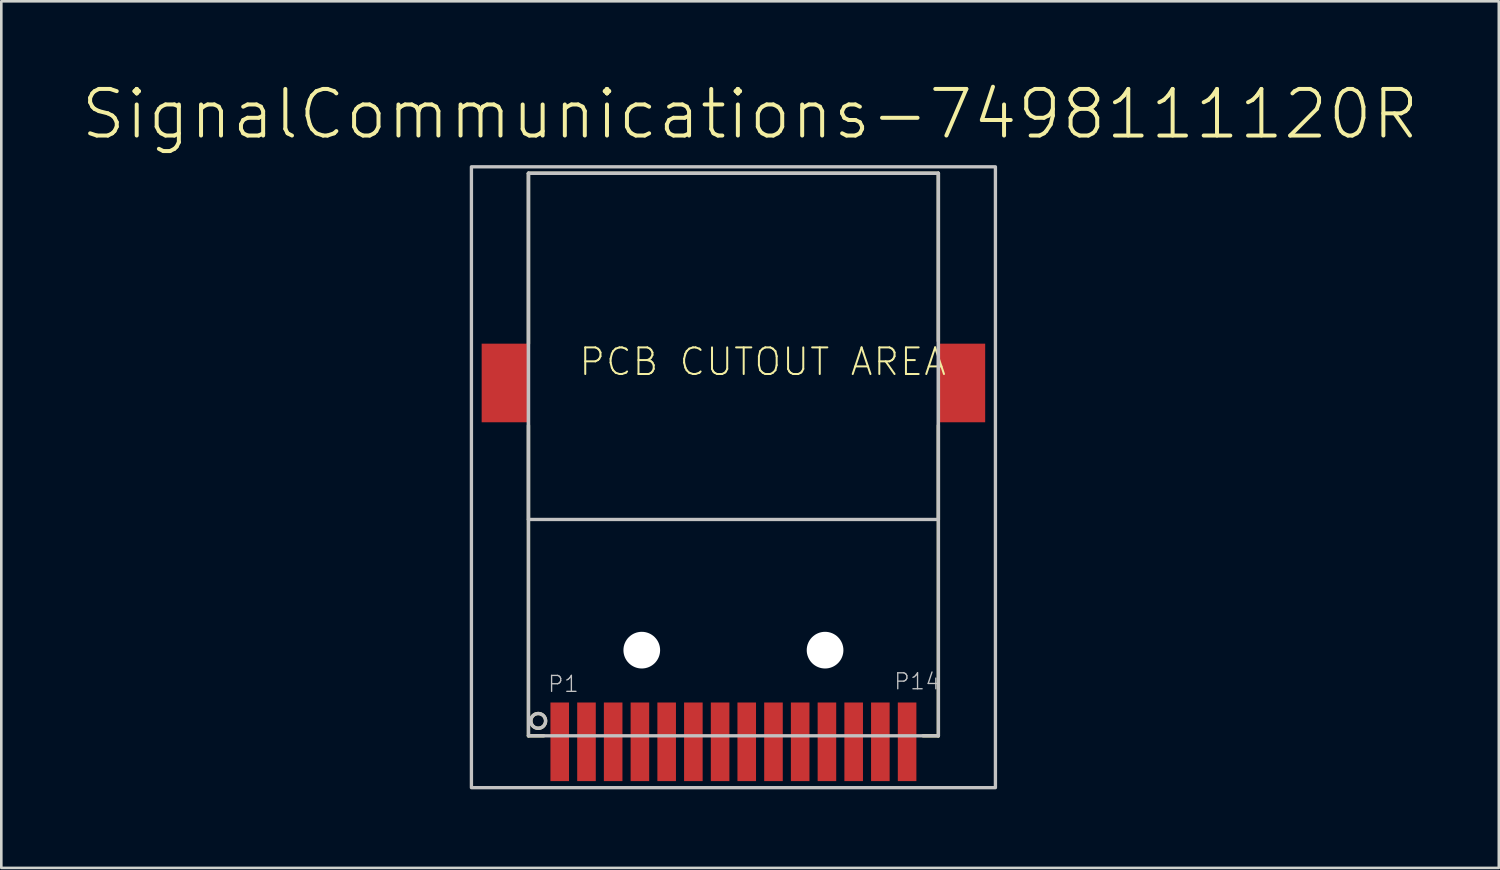
<source format=kicad_pcb>
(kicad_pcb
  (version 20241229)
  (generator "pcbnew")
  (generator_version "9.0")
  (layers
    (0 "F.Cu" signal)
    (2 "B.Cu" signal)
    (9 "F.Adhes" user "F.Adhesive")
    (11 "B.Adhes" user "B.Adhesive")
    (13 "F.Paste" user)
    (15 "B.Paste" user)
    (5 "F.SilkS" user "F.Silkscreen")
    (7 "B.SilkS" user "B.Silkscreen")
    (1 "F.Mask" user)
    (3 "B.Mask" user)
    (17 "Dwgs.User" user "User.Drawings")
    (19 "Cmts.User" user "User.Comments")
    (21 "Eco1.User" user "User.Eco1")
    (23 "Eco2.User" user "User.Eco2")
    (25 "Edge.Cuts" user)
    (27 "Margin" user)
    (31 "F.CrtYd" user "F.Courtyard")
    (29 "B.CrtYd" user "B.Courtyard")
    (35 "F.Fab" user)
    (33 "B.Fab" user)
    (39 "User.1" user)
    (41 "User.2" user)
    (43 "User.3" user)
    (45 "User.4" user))
  (footprint "SignalCommunications-7498111120R"
    (layer "F.Cu")
    (at 24.943 21.765)
    (property "Reference" "SignalCommunications-7498111120R" (at 0.635 -20.457 0) (layer "F.SilkS") (effects (font (size 1.778 1.778) (thickness 0.152))))
    (attr smd)
    (fp_line (start -7.823 -18.199) (end 7.823 -18.199) (stroke (width 0.127) (type solid)) (layer "F.SilkS"))
    (fp_line (start -7.823 -11.699) (end -7.823 -18.199) (stroke (width 0.127) (type solid)) (layer "F.SilkS"))
    (fp_line (start -7.823 3.269) (end -7.823 -8.578) (stroke (width 0.127) (type solid)) (layer "F.SilkS"))
    (fp_line (start -7.239 3.269) (end -7.823 3.269) (stroke (width 0.127) (type solid)) (layer "F.SilkS"))
    (fp_line (start 7.823 -18.199) (end 7.823 -11.798) (stroke (width 0.127) (type solid)) (layer "F.SilkS"))
    (fp_line (start 7.823 -8.578) (end 7.823 3.269) (stroke (width 0.127) (type solid)) (layer "F.SilkS"))
    (fp_line (start 7.823 3.269) (end 7.239 3.269) (stroke (width 0.127) (type solid)) (layer "F.SilkS"))
    (fp_circle (center -7.45 2.7) (end -7.45 2.418) (stroke (width 0.127) (type solid)) (fill no) (layer "F.SilkS"))
    (fp_line (start -7.823 -18.199) (end 7.823 -18.199) (stroke (width 0.127) (type solid)) (layer "Dwgs.User"))
    (fp_line (start -7.823 -18.199) (end 7.823 -18.199) (stroke (width 0.127) (type solid)) (layer "Dwgs.User"))
    (fp_line (start -7.823 -4.989) (end -7.823 -18.199) (stroke (width 0.127) (type solid)) (layer "Dwgs.User"))
    (fp_line (start -7.823 3.269) (end -7.823 -18.199) (stroke (width 0.127) (type solid)) (layer "Dwgs.User"))
    (fp_line (start 7.823 -18.199) (end 7.823 -4.989) (stroke (width 0.127) (type solid)) (layer "Dwgs.User"))
    (fp_line (start 7.823 -18.199) (end 7.823 3.269) (stroke (width 0.127) (type solid)) (layer "Dwgs.User"))
    (fp_line (start 7.823 -4.989) (end -7.823 -4.989) (stroke (width 0.127) (type solid)) (layer "Dwgs.User"))
    (fp_line (start 7.823 3.269) (end -7.823 3.269) (stroke (width 0.127) (type solid)) (layer "Dwgs.User"))
    (fp_circle (center -7.45 2.7) (end -7.45 2.418) (stroke (width 0.127) (type solid)) (fill no) (layer "Dwgs.User"))
    (fp_poly (pts (xy -10 -18.448) (xy 10 -18.448) (xy 10 5.248) (xy -10 5.248) (xy -10 -18.448)) (stroke (width 0.127) (type solid)) (fill no) (layer "Dwgs.User"))
    (fp_text user "PCB CUTOUT AREA" (at 1.118 -11.006 0) (layer "F.SilkS") (effects (font (size 1.016 1.016) (thickness 0.076))))
    (fp_text user "P14" (at 7.013 1.194 0) (layer "Dwgs.User") (effects (font (size 0.61 0.61) (thickness 0.051))))
    (fp_text user "P1" (at -6.49 1.293 0) (layer "Dwgs.User") (effects (font (size 0.61 0.61) (thickness 0.051))))
    (pad "" np_thru_hole circle (at -3.498 0) (size 1.4 1.4) (drill 1.4) (layers "*.Cu" "*.Mask"))
    (pad "" np_thru_hole circle (at 3.498 0) (size 1.4 1.4) (drill 1.4) (layers "*.Cu" "*.Mask"))
    (pad "1" smd rect (at -6.629 3.498) (size 0.709 3) (layers "F.Cu" "F.Mask" "F.Paste"))
    (pad "2" smd rect (at -5.608 3.498) (size 0.709 3) (layers "F.Cu" "F.Mask" "F.Paste"))
    (pad "3" smd rect (at -4.59 3.498) (size 0.709 3) (layers "F.Cu" "F.Mask" "F.Paste"))
    (pad "4" smd rect (at -3.569 3.498) (size 0.709 3) (layers "F.Cu" "F.Mask" "F.Paste"))
    (pad "5" smd rect (at -2.548 3.498) (size 0.709 3) (layers "F.Cu" "F.Mask" "F.Paste"))
    (pad "6" smd rect (at -1.529 3.498) (size 0.709 3) (layers "F.Cu" "F.Mask" "F.Paste"))
    (pad "7" smd rect (at -0.508 3.498) (size 0.709 3) (layers "F.Cu" "F.Mask" "F.Paste"))
    (pad "8" smd rect (at 0.508 3.498) (size 0.709 3) (layers "F.Cu" "F.Mask" "F.Paste"))
    (pad "9" smd rect (at 1.529 3.498) (size 0.709 3) (layers "F.Cu" "F.Mask" "F.Paste"))
    (pad "10" smd rect (at 2.548 3.498) (size 0.709 3) (layers "F.Cu" "F.Mask" "F.Paste"))
    (pad "11" smd rect (at 3.569 3.498) (size 0.709 3) (layers "F.Cu" "F.Mask" "F.Paste"))
    (pad "12" smd rect (at 4.59 3.498) (size 0.709 3) (layers "F.Cu" "F.Mask" "F.Paste"))
    (pad "13" smd rect (at 5.608 3.498) (size 0.709 3) (layers "F.Cu" "F.Mask" "F.Paste"))
    (pad "14" smd rect (at 6.629 3.498) (size 0.709 3) (layers "F.Cu" "F.Mask" "F.Paste"))
    (pad "Z1" smd rect (at -8.71 -10.198) (size 1.798 3) (layers "F.Cu" "F.Mask" "F.Paste"))
    (pad "Z2" smd rect (at 8.71 -10.198) (size 1.798 3) (layers "F.Cu" "F.Mask" "F.Paste")))
  (gr_rect
    (start -3 -3)
    (end 54.156 30.076)
    (stroke (width 0.1) (type default))
    (fill no)
    (layer "Edge.Cuts")))
</source>
